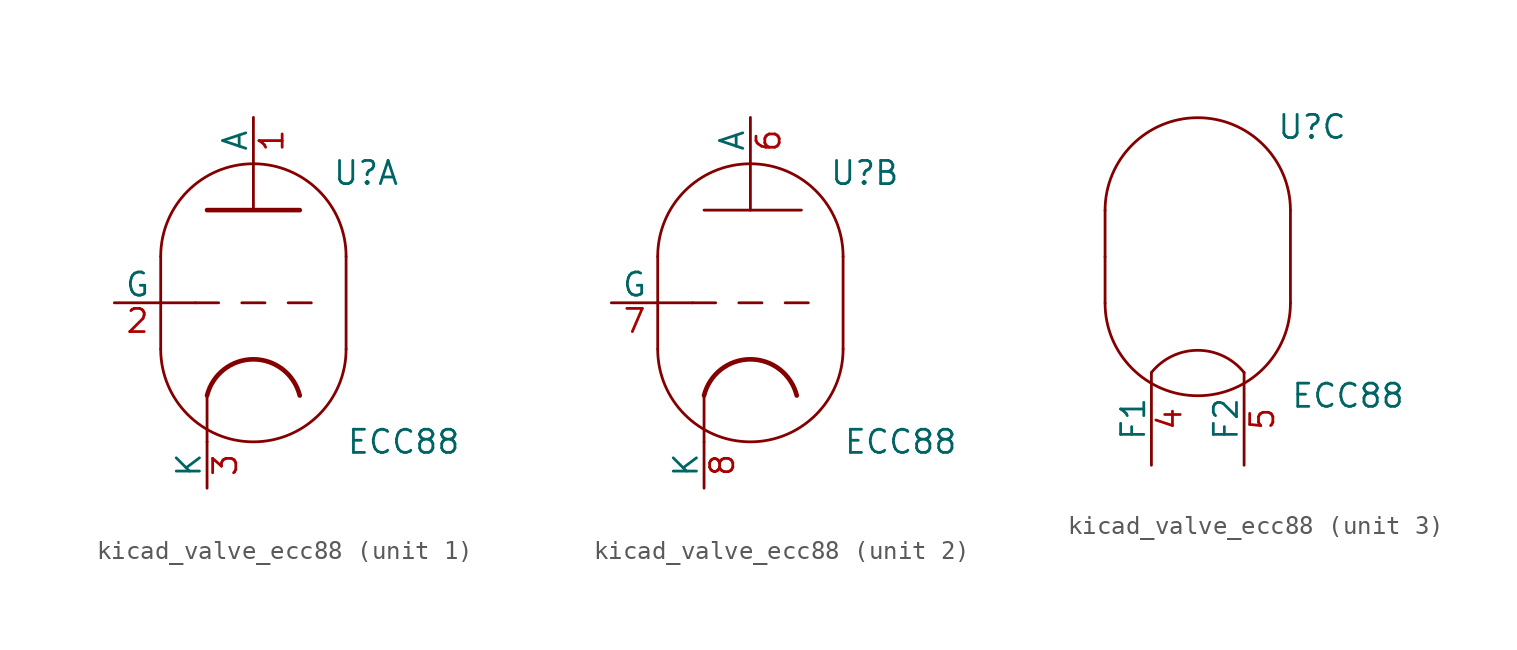
<source format=kicad_sym>
(kicad_symbol_lib
  (version 20220914)
  (generator kicad_symbol_editor)
  (symbol "kicad_valve_ecc88"
    (pin_names
      (offset 0))
    (property "Reference" "U"
      (at 4.318 7.112 0)
      (effects (font (size 1.27 1.27)) (justify left)))
    (property "Value" "ECC88"
      (at 5.08 -7.62 0)
      (effects (font (size 1.27 1.27)) (justify left)))
    (property "ki_locked" ""
      (at 0 0 0)
      (effects (font (size 1.27 1.27))))
    (symbol "kicad_valve_ecc88_0_1"
      (arc (start -5.08 -2.54) (mid 0 -7.5979) (end 5.08 -2.54) (stroke (width 0) (type default)) (fill (type none)))
      (polyline (pts (xy -5.08 0) (xy -5.08 -2.54)) (stroke (width 0) (type default)) (fill (type none)))
      (polyline (pts (xy -5.08 2.54) (xy -5.08 0)) (stroke (width 0) (type default)) (fill (type none)))
      (polyline (pts (xy 5.08 2.54) (xy 5.08 -2.54)) (stroke (width 0) (type default)) (fill (type none)))
      (arc (start 5.08 2.54) (mid 0 7.5979) (end -5.08 2.54) (stroke (width 0) (type default)) (fill (type none))))
    (symbol "kicad_valve_ecc88_1_0"
      (polyline (pts (xy -2.54 -5.08) (xy -2.54 -7.62)) (stroke (width 0) (type default)) (fill (type none)))
      (polyline (pts (xy 0 5.08) (xy 0 7.62)) (stroke (width 0) (type default)) (fill (type none))))
    (symbol "kicad_valve_ecc88_1_1"
      (polyline (pts (xy -5.08 0) (xy -3.175 0)) (stroke (width 0) (type default)) (fill (type none)))
      (polyline (pts (xy -1.905 0) (xy -3.175 0)) (stroke (width 0.152) (type default)) (fill (type none)))
      (polyline (pts (xy -0.635 0) (xy 0.635 0)) (stroke (width 0.152) (type default)) (fill (type none)))
      (polyline (pts (xy 1.905 0) (xy 3.175 0)) (stroke (width 0.152) (type default)) (fill (type none)))
      (polyline (pts (xy -2.54 5.08) (xy 2.54 5.08) (xy 2.54 5.08)) (stroke (width 0.254) (type default)) (fill (type none)))
      (arc (start 2.54 -5.08) (mid 0 -3.0968) (end -2.54 -5.08) (stroke (width 0.254) (type default)) (fill (type none)))
      (pin output line (at 0 10.16 270) (length 2.54) (name "A" (effects (font (size 1.27 1.27)))) (number "1" (effects (font (size 1.27 1.27)))))
      (pin input line (at -7.62 0 0) (length 2.54) (name "G" (effects (font (size 1.27 1.27)))) (number "2" (effects (font (size 1.27 1.27)))))
      (pin bidirectional line (at -2.54 -10.16 90) (length 2.54) (name "K" (effects (font (size 1.27 1.27)))) (number "3" (effects (font (size 1.27 1.27))))))
    (symbol "kicad_valve_ecc88_2_0"
      (polyline (pts (xy -5.08 0) (xy -3.175 0)) (stroke (width 0) (type default)) (fill (type none)))
      (polyline (pts (xy -2.54 -5.08) (xy -2.54 -7.62)) (stroke (width 0) (type default)) (fill (type none)))
      (polyline (pts (xy -1.905 0) (xy -3.175 0)) (stroke (width 0.152) (type default)) (fill (type none)))
      (polyline (pts (xy -0.635 0) (xy 0.635 0)) (stroke (width 0.152) (type default)) (fill (type none)))
      (polyline (pts (xy 0 5.08) (xy 0 7.62)) (stroke (width 0) (type default)) (fill (type none)))
      (polyline (pts (xy 1.905 0) (xy 3.175 0)) (stroke (width 0.152) (type default)) (fill (type none)))
      (polyline (pts (xy 2.794 5.08) (xy -2.54 5.08) (xy -2.54 5.08)) (stroke (width 0.152) (type default)) (fill (type none))))
    (symbol "kicad_valve_ecc88_2_1"
      (arc (start 2.54 -5.08) (mid 0 -3.0968) (end -2.54 -5.08) (stroke (width 0.254) (type default)) (fill (type none)))
      (pin output line (at 0 10.16 270) (length 2.54) (name "A" (effects (font (size 1.27 1.27)))) (number "6" (effects (font (size 1.27 1.27)))))
      (pin input line (at -7.62 0 0) (length 2.54) (name "G" (effects (font (size 1.27 1.27)))) (number "7" (effects (font (size 1.27 1.27)))))
      (pin bidirectional line (at -2.54 -10.16 90) (length 2.54) (name "K" (effects (font (size 1.27 1.27)))) (number "8" (effects (font (size 1.27 1.27))))))
    (symbol "kicad_valve_ecc88_3_1"
      (arc (start 2.54 -6.35) (mid 0 -5.1292) (end -2.54 -6.35) (stroke (width 0) (type default)) (fill (type none)))
      (pin power_in line (at -2.54 -11.43 90) (length 5.08) (name "F1" (effects (font (size 1.27 1.27)))) (number "4" (effects (font (size 1.27 1.27)))))
      (pin power_in line (at 2.54 -11.43 90) (length 5.08) (name "F2" (effects (font (size 1.27 1.27)))) (number "5" (effects (font (size 1.27 1.27))))))))
</source>
